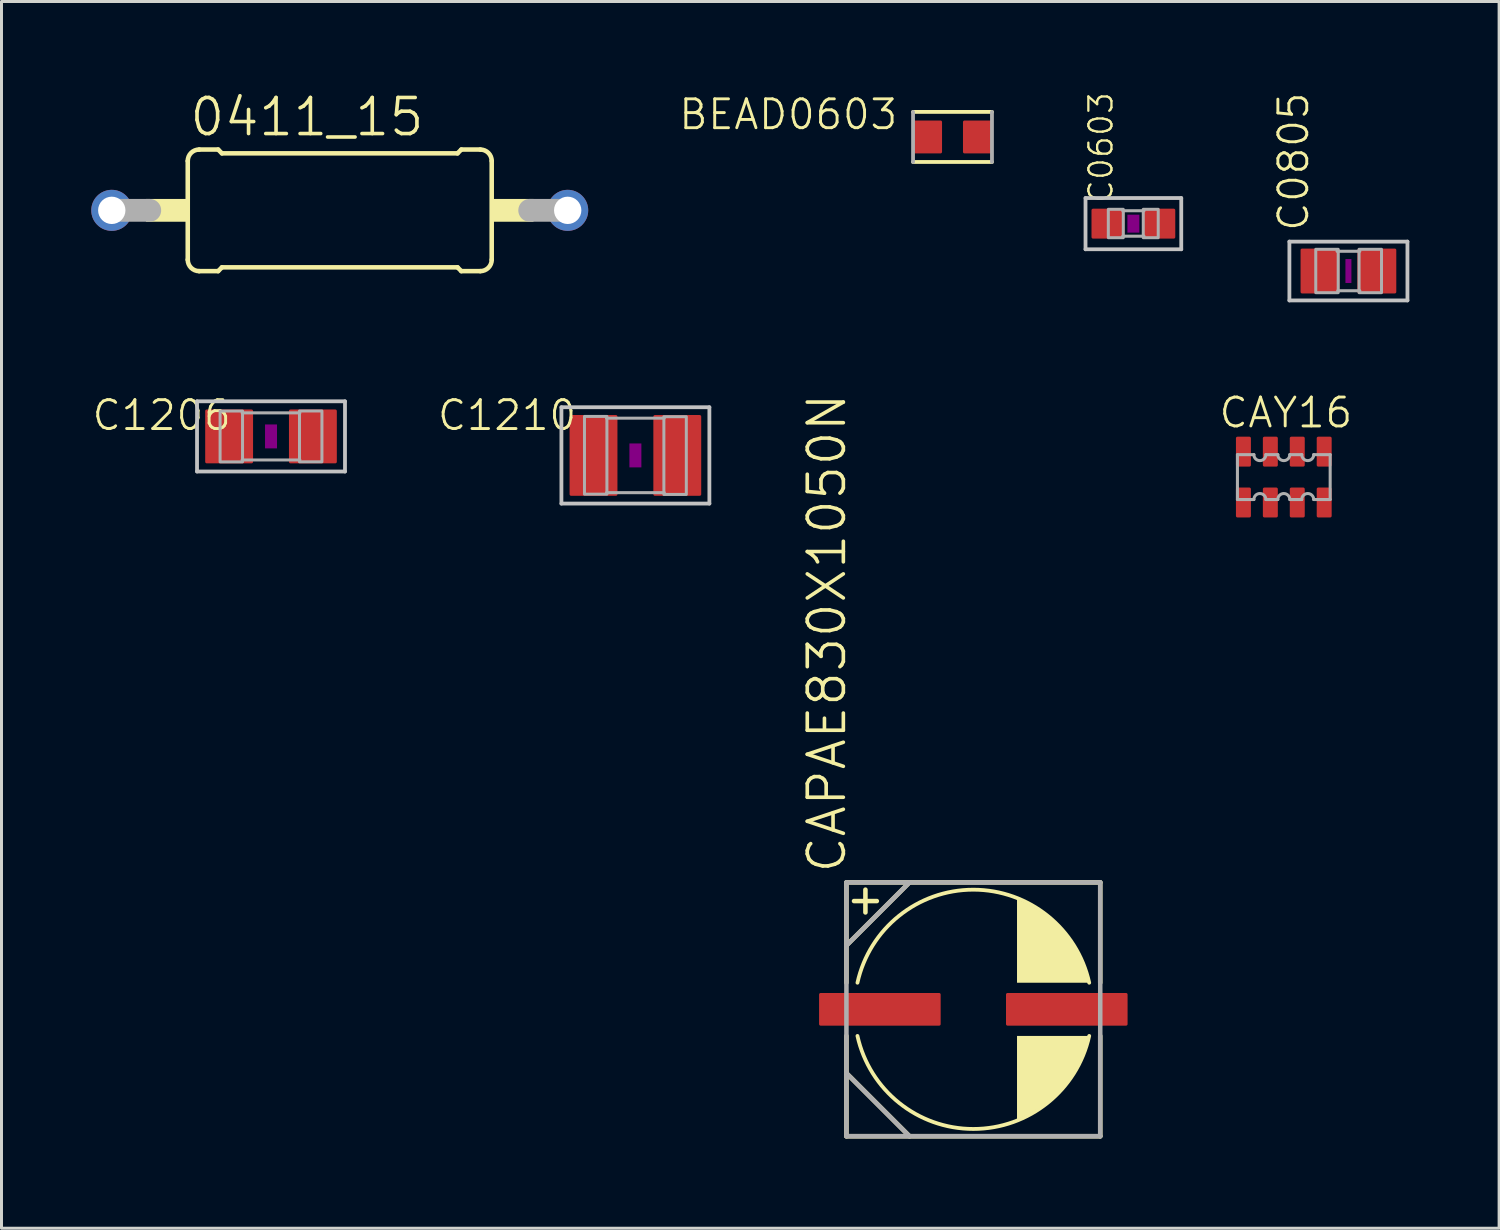
<source format=kicad_pcb>
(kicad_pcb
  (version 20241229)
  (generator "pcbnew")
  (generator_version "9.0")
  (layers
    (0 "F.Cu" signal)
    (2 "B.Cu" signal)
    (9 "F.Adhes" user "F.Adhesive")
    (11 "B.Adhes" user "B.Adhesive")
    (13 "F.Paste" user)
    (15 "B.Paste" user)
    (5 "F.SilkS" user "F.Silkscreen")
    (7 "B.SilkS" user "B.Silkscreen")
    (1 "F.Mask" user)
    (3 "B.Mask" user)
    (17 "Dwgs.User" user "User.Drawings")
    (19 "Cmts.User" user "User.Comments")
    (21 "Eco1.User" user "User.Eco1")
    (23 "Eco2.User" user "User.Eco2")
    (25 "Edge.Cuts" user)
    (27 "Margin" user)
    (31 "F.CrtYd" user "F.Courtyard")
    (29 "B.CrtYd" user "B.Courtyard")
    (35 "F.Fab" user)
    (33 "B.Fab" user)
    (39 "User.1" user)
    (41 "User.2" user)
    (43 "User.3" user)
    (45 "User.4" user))
  (footprint "BEAD0603"
    (layer "F.Cu")
    (at 28.789 1.528)
    (property "Reference" "BEAD0603" (at -1.773 -1.315 180) (layer "F.SilkS") (effects (font (size 0.965 0.965) (thickness 0.097)) (justify right top)))
    (attr through_hole)
    (fp_line (start -1.319 0.837) (end 1.319 0.837) (stroke (width 0.127) (type solid)) (layer "F.SilkS"))
    (fp_line (start 1.319 -0.837) (end -1.319 -0.837) (stroke (width 0.127) (type solid)) (layer "F.SilkS"))
    (fp_line (start -1.319 -0.837) (end -1.319 0.837) (stroke (width 0.127) (type solid)) (layer "F.Fab"))
    (fp_line (start 1.319 0.837) (end 1.319 -0.837) (stroke (width 0.127) (type solid)) (layer "F.Fab"))
    (pad "P$1" smd roundrect (at -0.85 0) (size 1 1.1) (layers "F.Cu" "F.Mask" "F.Paste") (roundrect_rratio 0.051))
    (pad "P$2" smd roundrect (at 0.85 0) (size 1 1.1) (layers "F.Cu" "F.Mask" "F.Paste") (roundrect_rratio 0.051)))
  (footprint "C0603"
    (layer "F.Cu")
    (at 34.835 4.426)
    (property "Reference" "C0603" (at -0.635 -0.635 90) (layer "F.SilkS") (effects (font (size 0.772 0.772) (thickness 0.077)) (justify left bottom)))
    (attr through_hole)
    (fp_poly (pts (xy -0.2 0.3) (xy 0.2 0.3) (xy 0.2 -0.3) (xy -0.2 -0.3)) (stroke (width 0) (type solid)) (fill yes) (layer "F.Adhes"))
    (fp_line (start -1.6 -0.856) (end 1.6 -0.856) (stroke (width 0.127) (type solid)) (layer "Dwgs.User"))
    (fp_line (start -1.6 0.856) (end -1.6 -0.856) (stroke (width 0.127) (type solid)) (layer "Dwgs.User"))
    (fp_line (start 1.6 -0.856) (end 1.6 0.856) (stroke (width 0.127) (type solid)) (layer "Dwgs.User"))
    (fp_line (start 1.6 0.856) (end -1.6 0.856) (stroke (width 0.127) (type solid)) (layer "Dwgs.User"))
    (fp_line (start -0.356 -0.432) (end 0.356 -0.432) (stroke (width 0.102) (type solid)) (layer "F.Fab"))
    (fp_line (start -0.356 0.419) (end 0.356 0.419) (stroke (width 0.102) (type solid)) (layer "F.Fab"))
    (fp_poly (pts (xy -0.838 0.47) (xy -0.338 0.47) (xy -0.338 -0.48) (xy -0.838 -0.48)) (stroke (width 0.1) (type solid)) (fill no) (layer "F.Fab"))
    (fp_poly (pts (xy 0.33 0.47) (xy 0.83 0.47) (xy 0.83 -0.48) (xy 0.33 -0.48)) (stroke (width 0.1) (type solid)) (fill no) (layer "F.Fab"))
    (pad "1" smd roundrect (at -0.85 0) (size 1.1 1) (layers "F.Cu" "F.Mask" "F.Paste") (roundrect_rratio 0.051))
    (pad "2" smd roundrect (at 0.85 0) (size 1.1 1) (layers "F.Cu" "F.Mask" "F.Paste") (roundrect_rratio 0.051)))
  (footprint "0411_15"
    (layer "F.Cu")
    (at 8.306 3.981)
    (property "Reference" "0411_15" (at -5.08 -2.413 180) (layer "F.SilkS") (effects (font (size 1.206 1.206) (thickness 0.121)) (justify left bottom)))
    (attr through_hole)
    (fp_line (start -5.08 -1.651) (end -5.08 1.651) (stroke (width 0.152) (type solid)) (layer "F.SilkS"))
    (fp_line (start -4.699 -2.032) (end -4.064 -2.032) (stroke (width 0.152) (type solid)) (layer "F.SilkS"))
    (fp_line (start -4.699 2.032) (end -4.064 2.032) (stroke (width 0.152) (type solid)) (layer "F.SilkS"))
    (fp_line (start -3.937 -1.905) (end -4.064 -2.032) (stroke (width 0.152) (type solid)) (layer "F.SilkS"))
    (fp_line (start -3.937 -1.905) (end 3.937 -1.905) (stroke (width 0.152) (type solid)) (layer "F.SilkS"))
    (fp_line (start -3.937 1.905) (end -4.064 2.032) (stroke (width 0.152) (type solid)) (layer "F.SilkS"))
    (fp_line (start -3.937 1.905) (end 3.937 1.905) (stroke (width 0.152) (type solid)) (layer "F.SilkS"))
    (fp_line (start 3.937 -1.905) (end 4.064 -2.032) (stroke (width 0.152) (type solid)) (layer "F.SilkS"))
    (fp_line (start 3.937 1.905) (end 4.064 2.032) (stroke (width 0.152) (type solid)) (layer "F.SilkS"))
    (fp_line (start 4.699 -2.032) (end 4.064 -2.032) (stroke (width 0.152) (type solid)) (layer "F.SilkS"))
    (fp_line (start 4.699 2.032) (end 4.064 2.032) (stroke (width 0.152) (type solid)) (layer "F.SilkS"))
    (fp_line (start 5.08 1.651) (end 5.08 -1.651) (stroke (width 0.152) (type solid)) (layer "F.SilkS"))
    (fp_arc (start -5.08 -1.651) (mid -4.968408 -1.920408) (end -4.699 -2.032) (stroke (width 0.1524) (type solid)) (layer "F.SilkS"))
    (fp_arc (start -4.699 2.032) (mid -4.968408 1.920408) (end -5.08 1.651) (stroke (width 0.1524) (type solid)) (layer "F.SilkS"))
    (fp_arc (start 4.699 -2.032) (mid 4.968408 -1.920408) (end 5.08 -1.651) (stroke (width 0.1524) (type solid)) (layer "F.SilkS"))
    (fp_arc (start 5.08 1.651) (mid 4.968408 1.920408) (end 4.699 2.032) (stroke (width 0.1524) (type solid)) (layer "F.SilkS"))
    (fp_poly (pts (xy -6.477 0.381) (xy -5.08 0.381) (xy -5.08 -0.381) (xy -6.477 -0.381)) (stroke (width 0) (type solid)) (fill yes) (layer "F.SilkS"))
    (fp_poly (pts (xy 5.08 0.381) (xy 6.477 0.381) (xy 6.477 -0.381) (xy 5.08 -0.381)) (stroke (width 0) (type solid)) (fill yes) (layer "F.SilkS"))
    (fp_line (start -7.62 0) (end -6.35 0) (stroke (width 0.762) (type solid)) (layer "F.Fab"))
    (fp_line (start 6.35 0) (end 7.62 0) (stroke (width 0.762) (type solid)) (layer "F.Fab"))
    (pad "1" thru_hole circle (at -7.62 0) (size 1.372 1.372) (drill 0.914) (layers "*.Cu" "*.Mask"))
    (pad "2" thru_hole circle (at 7.62 0) (size 1.372 1.372) (drill 0.914) (layers "*.Cu" "*.Mask")))
  (footprint "CAY16"
    (layer "F.Cu")
    (at 39.863 12.897)
    (property "Reference" "CAY16" (at -2.223 -1.587 0) (layer "F.SilkS") (effects (font (size 0.965 0.965) (thickness 0.097)) (justify left bottom)))
    (attr through_hole)
    (fp_line (start -1.55 -0.75) (end -1 -0.75) (stroke (width 0.102) (type solid)) (layer "F.Fab"))
    (fp_line (start -1.55 0.75) (end -1.55 -0.75) (stroke (width 0.102) (type solid)) (layer "F.Fab"))
    (fp_line (start -1 0.75) (end -1.55 0.75) (stroke (width 0.102) (type solid)) (layer "F.Fab"))
    (fp_line (start -0.6 -0.75) (end -0.2 -0.75) (stroke (width 0.102) (type solid)) (layer "F.Fab"))
    (fp_line (start -0.2 0.75) (end -0.6 0.75) (stroke (width 0.102) (type solid)) (layer "F.Fab"))
    (fp_line (start 0.2 -0.75) (end 0.6 -0.75) (stroke (width 0.102) (type solid)) (layer "F.Fab"))
    (fp_line (start 0.6 0.75) (end 0.2 0.75) (stroke (width 0.102) (type solid)) (layer "F.Fab"))
    (fp_line (start 1 -0.75) (end 1.55 -0.75) (stroke (width 0.102) (type solid)) (layer "F.Fab"))
    (fp_line (start 1.55 -0.75) (end 1.55 0.75) (stroke (width 0.102) (type solid)) (layer "F.Fab"))
    (fp_line (start 1.55 0.75) (end 1 0.75) (stroke (width 0.102) (type solid)) (layer "F.Fab"))
    (fp_arc (start -1 0.75) (mid -0.8 0.55) (end -0.6 0.75) (stroke (width 0.1016) (type solid)) (layer "F.Fab"))
    (fp_arc (start -0.6 -0.75) (mid -0.8 -0.55) (end -1 -0.75) (stroke (width 0.1016) (type solid)) (layer "F.Fab"))
    (fp_arc (start -0.2 0.75) (mid 0 0.55) (end 0.2 0.75) (stroke (width 0.1016) (type solid)) (layer "F.Fab"))
    (fp_arc (start 0.2 -0.75) (mid 0 -0.55) (end -0.2 -0.75) (stroke (width 0.1016) (type solid)) (layer "F.Fab"))
    (fp_arc (start 0.6 0.75) (mid 0.8 0.55) (end 1 0.75) (stroke (width 0.1016) (type solid)) (layer "F.Fab"))
    (fp_arc (start 1 -0.75) (mid 0.8 -0.55) (end 0.6 -0.75) (stroke (width 0.1016) (type solid)) (layer "F.Fab"))
    (pad "1" smd roundrect (at -1.35 0.85) (size 0.5 1) (layers "F.Cu" "F.Mask" "F.Paste") (roundrect_rratio 0.102))
    (pad "2" smd roundrect (at -0.45 0.85) (size 0.5 1) (layers "F.Cu" "F.Mask" "F.Paste") (roundrect_rratio 0.102))
    (pad "3" smd roundrect (at 0.45 0.85) (size 0.5 1) (layers "F.Cu" "F.Mask" "F.Paste") (roundrect_rratio 0.102))
    (pad "4" smd roundrect (at 1.35 0.85) (size 0.5 1) (layers "F.Cu" "F.Mask" "F.Paste") (roundrect_rratio 0.102))
    (pad "5" smd roundrect (at 1.35 -0.85) (size 0.5 1) (layers "F.Cu" "F.Mask" "F.Paste") (roundrect_rratio 0.102))
    (pad "6" smd roundrect (at 0.45 -0.85) (size 0.5 1) (layers "F.Cu" "F.Mask" "F.Paste") (roundrect_rratio 0.102))
    (pad "7" smd roundrect (at -0.45 -0.85) (size 0.5 1) (layers "F.Cu" "F.Mask" "F.Paste") (roundrect_rratio 0.102))
    (pad "8" smd roundrect (at -1.35 -0.85) (size 0.5 1) (layers "F.Cu" "F.Mask" "F.Paste") (roundrect_rratio 0.102)))
  (footprint "CAPAE830X1050N"
    (layer "F.Cu")
    (at 29.485 30.688)
    (property "Reference" "CAPAE830X1050N" (at -4.191 -4.483 270) (layer "F.SilkS") (effects (font (size 1.206 1.206) (thickness 0.121)) (justify left bottom)))
    (attr through_hole)
    (fp_line (start -4.242 -4.242) (end -4.242 -0.889) (stroke (width 0.152) (type solid)) (layer "F.SilkS"))
    (fp_line (start -4.242 -2.134) (end -2.134 -4.242) (stroke (width 0.152) (type solid)) (layer "F.SilkS"))
    (fp_line (start -4.242 0.889) (end -4.242 2.134) (stroke (width 0.152) (type solid)) (layer "F.SilkS"))
    (fp_line (start -4.242 2.134) (end -4.242 4.242) (stroke (width 0.152) (type solid)) (layer "F.SilkS"))
    (fp_line (start -4.242 2.134) (end -2.134 4.242) (stroke (width 0.152) (type solid)) (layer "F.SilkS"))
    (fp_line (start -4.242 4.242) (end 4.242 4.242) (stroke (width 0.152) (type solid)) (layer "F.SilkS"))
    (fp_line (start -3.607 -4) (end -3.607 -3.239) (stroke (width 0.152) (type solid)) (layer "F.SilkS"))
    (fp_line (start -3.226 -3.619) (end -3.988 -3.619) (stroke (width 0.152) (type solid)) (layer "F.SilkS"))
    (fp_line (start 4.242 -4.242) (end -4.242 -4.242) (stroke (width 0.152) (type solid)) (layer "F.SilkS"))
    (fp_line (start 4.242 -0.889) (end 4.242 -4.242) (stroke (width 0.152) (type solid)) (layer "F.SilkS"))
    (fp_line (start 4.242 4.242) (end 4.242 0.889) (stroke (width 0.152) (type solid)) (layer "F.SilkS"))
    (fp_arc (start -3.8735 -0.888998) (mid -0.000001 -3.999018) (end 3.8735 -0.889) (stroke (width 0.127) (type solid)) (layer "F.SilkS"))
    (fp_arc (start 3.8735 0.888998) (mid 0.000001 3.999018) (end -3.8735 0.889) (stroke (width 0.127) (type solid)) (layer "F.SilkS"))
    (fp_poly (pts (xy 3.873 -0.889) (xy 1.46 -0.889) (xy 1.46 -3.683) (xy 1.461 -3.683) (xy 1.848 -3.505) (xy 2.213 -3.286) (xy 2.554 -3.03) (xy 2.865 -2.739) (xy 3.144 -2.416) (xy 3.386 -2.066) (xy 3.59 -1.692) (xy 3.753 -1.298)) (stroke (width 0) (type solid)) (fill yes) (layer "F.SilkS"))
    (fp_poly (pts (xy 3.873 0.889) (xy 1.46 0.889) (xy 1.46 3.683) (xy 1.461 3.683) (xy 1.848 3.505) (xy 2.213 3.286) (xy 2.554 3.03) (xy 2.865 2.739) (xy 3.144 2.416) (xy 3.386 2.066) (xy 3.59 1.692) (xy 3.753 1.298)) (stroke (width 0) (type solid)) (fill yes) (layer "F.SilkS"))
    (fp_line (start -4.242 -4.242) (end -4.242 4.242) (stroke (width 0.152) (type solid)) (layer "F.Fab"))
    (fp_line (start -4.242 -2.134) (end -2.134 -4.242) (stroke (width 0.152) (type solid)) (layer "F.Fab"))
    (fp_line (start -4.242 2.134) (end -2.134 4.242) (stroke (width 0.152) (type solid)) (layer "F.Fab"))
    (fp_line (start -4.242 4.242) (end 4.242 4.242) (stroke (width 0.152) (type solid)) (layer "F.Fab"))
    (fp_line (start 4.242 -4.242) (end -4.242 -4.242) (stroke (width 0.152) (type solid)) (layer "F.Fab"))
    (fp_line (start 4.242 4.242) (end 4.242 -4.242) (stroke (width 0.152) (type solid)) (layer "F.Fab"))
    (pad "+" smd roundrect (at -3.124 0) (size 4.064 1.092) (layers "F.Cu" "F.Mask" "F.Paste") (roundrect_rratio 0.047))
    (pad "-" smd roundrect (at 3.124 0) (size 4.064 1.092) (layers "F.Cu" "F.Mask" "F.Paste") (roundrect_rratio 0.047)))
  (footprint "C1206"
    (layer "F.Cu")
    (at 6.009 11.538)
    (property "Reference" "C1206" (at -1.27 -1.27 180) (layer "F.SilkS") (effects (font (size 0.965 0.965) (thickness 0.097)) (justify right top)))
    (attr through_hole)
    (fp_poly (pts (xy -0.2 0.4) (xy 0.2 0.4) (xy 0.2 -0.4) (xy -0.2 -0.4)) (stroke (width 0) (type solid)) (fill yes) (layer "F.Adhes"))
    (fp_line (start -2.473 -1.173) (end 2.473 -1.173) (stroke (width 0.127) (type solid)) (layer "Dwgs.User"))
    (fp_line (start -2.473 1.173) (end -2.473 -1.173) (stroke (width 0.127) (type solid)) (layer "Dwgs.User"))
    (fp_line (start 2.473 -1.173) (end 2.473 1.173) (stroke (width 0.127) (type solid)) (layer "Dwgs.User"))
    (fp_line (start 2.473 1.173) (end -2.473 1.173) (stroke (width 0.127) (type solid)) (layer "Dwgs.User"))
    (fp_line (start -0.965 -0.787) (end 0.965 -0.787) (stroke (width 0.102) (type solid)) (layer "F.Fab"))
    (fp_line (start -0.965 0.787) (end 0.965 0.787) (stroke (width 0.102) (type solid)) (layer "F.Fab"))
    (fp_poly (pts (xy -1.702 0.851) (xy -0.952 0.851) (xy -0.952 -0.849) (xy -1.702 -0.849)) (stroke (width 0.1) (type solid)) (fill no) (layer "F.Fab"))
    (fp_poly (pts (xy 0.952 0.849) (xy 1.702 0.849) (xy 1.702 -0.851) (xy 0.952 -0.851)) (stroke (width 0.1) (type solid)) (fill no) (layer "F.Fab"))
    (pad "1" smd roundrect (at -1.4 0) (size 1.6 1.8) (layers "F.Cu" "F.Mask" "F.Paste") (roundrect_rratio 0.032))
    (pad "2" smd roundrect (at 1.4 0) (size 1.6 1.8) (layers "F.Cu" "F.Mask" "F.Paste") (roundrect_rratio 0.032)))
  (footprint "C1210"
    (layer "F.Cu")
    (at 18.189 12.173)
    (property "Reference" "C1210" (at -1.905 -1.905 180) (layer "F.SilkS") (effects (font (size 0.965 0.965) (thickness 0.097)) (justify right top)))
    (attr through_hole)
    (fp_poly (pts (xy -0.2 0.4) (xy 0.2 0.4) (xy 0.2 -0.4) (xy -0.2 -0.4)) (stroke (width 0) (type solid)) (fill yes) (layer "F.Adhes"))
    (fp_line (start -2.473 -1.61) (end 2.473 -1.61) (stroke (width 0.127) (type solid)) (layer "Dwgs.User"))
    (fp_line (start -2.473 1.61) (end -2.473 -1.61) (stroke (width 0.127) (type solid)) (layer "Dwgs.User"))
    (fp_line (start 2.473 -1.61) (end 2.473 1.61) (stroke (width 0.127) (type solid)) (layer "Dwgs.User"))
    (fp_line (start 2.473 1.61) (end -2.473 1.61) (stroke (width 0.127) (type solid)) (layer "Dwgs.User"))
    (fp_line (start -0.965 -1.245) (end 0.965 -1.245) (stroke (width 0.102) (type solid)) (layer "F.Fab"))
    (fp_line (start -0.965 1.245) (end 0.965 1.245) (stroke (width 0.102) (type solid)) (layer "F.Fab"))
    (fp_poly (pts (xy -1.702 1.295) (xy -0.952 1.295) (xy -0.952 -1.304) (xy -1.702 -1.304)) (stroke (width 0.1) (type solid)) (fill no) (layer "F.Fab"))
    (fp_poly (pts (xy 0.952 1.304) (xy 1.702 1.304) (xy 1.702 -1.295) (xy 0.952 -1.295)) (stroke (width 0.1) (type solid)) (fill no) (layer "F.Fab"))
    (pad "1" smd roundrect (at -1.4 0) (size 1.6 2.7) (layers "F.Cu" "F.Mask" "F.Paste") (roundrect_rratio 0.032))
    (pad "2" smd roundrect (at 1.4 0) (size 1.6 2.7) (layers "F.Cu" "F.Mask" "F.Paste") (roundrect_rratio 0.032)))
  (footprint "C0805"
    (layer "F.Cu")
    (at 42.023 6.009)
    (property "Reference" "C0805" (at -1.27 -1.27 90) (layer "F.SilkS") (effects (font (size 0.965 0.965) (thickness 0.097)) (justify left bottom)))
    (attr through_hole)
    (fp_poly (pts (xy -0.1 0.4) (xy 0.1 0.4) (xy 0.1 -0.4) (xy -0.1 -0.4)) (stroke (width 0) (type solid)) (fill yes) (layer "F.Adhes"))
    (fp_line (start -1.973 -0.983) (end 1.973 -0.983) (stroke (width 0.127) (type solid)) (layer "Dwgs.User"))
    (fp_line (start -1.973 0.983) (end -1.973 -0.983) (stroke (width 0.127) (type solid)) (layer "Dwgs.User"))
    (fp_line (start 1.973 -0.983) (end 1.973 0.983) (stroke (width 0.127) (type solid)) (layer "Dwgs.User"))
    (fp_line (start 1.973 0.983) (end -1.973 0.983) (stroke (width 0.127) (type solid)) (layer "Dwgs.User"))
    (fp_line (start -0.381 -0.66) (end 0.381 -0.66) (stroke (width 0.102) (type solid)) (layer "F.Fab"))
    (fp_line (start -0.356 0.66) (end 0.381 0.66) (stroke (width 0.102) (type solid)) (layer "F.Fab"))
    (fp_poly (pts (xy -1.092 0.724) (xy -0.342 0.724) (xy -0.342 -0.726) (xy -1.092 -0.726)) (stroke (width 0.1) (type solid)) (fill no) (layer "F.Fab"))
    (fp_poly (pts (xy 0.356 0.724) (xy 1.106 0.724) (xy 1.106 -0.726) (xy 0.356 -0.726)) (stroke (width 0.1) (type solid)) (fill no) (layer "F.Fab"))
    (pad "1" smd roundrect (at -0.95 0) (size 1.3 1.5) (layers "F.Cu" "F.Mask" "F.Paste") (roundrect_rratio 0.039))
    (pad "2" smd roundrect (at 0.95 0) (size 1.3 1.5) (layers "F.Cu" "F.Mask" "F.Paste") (roundrect_rratio 0.039)))
  (gr_rect
    (start -3 -3)
    (end 47.06 38.006)
    (stroke (width 0.1) (type default))
    (fill no)
    (layer "Edge.Cuts")))
</source>
